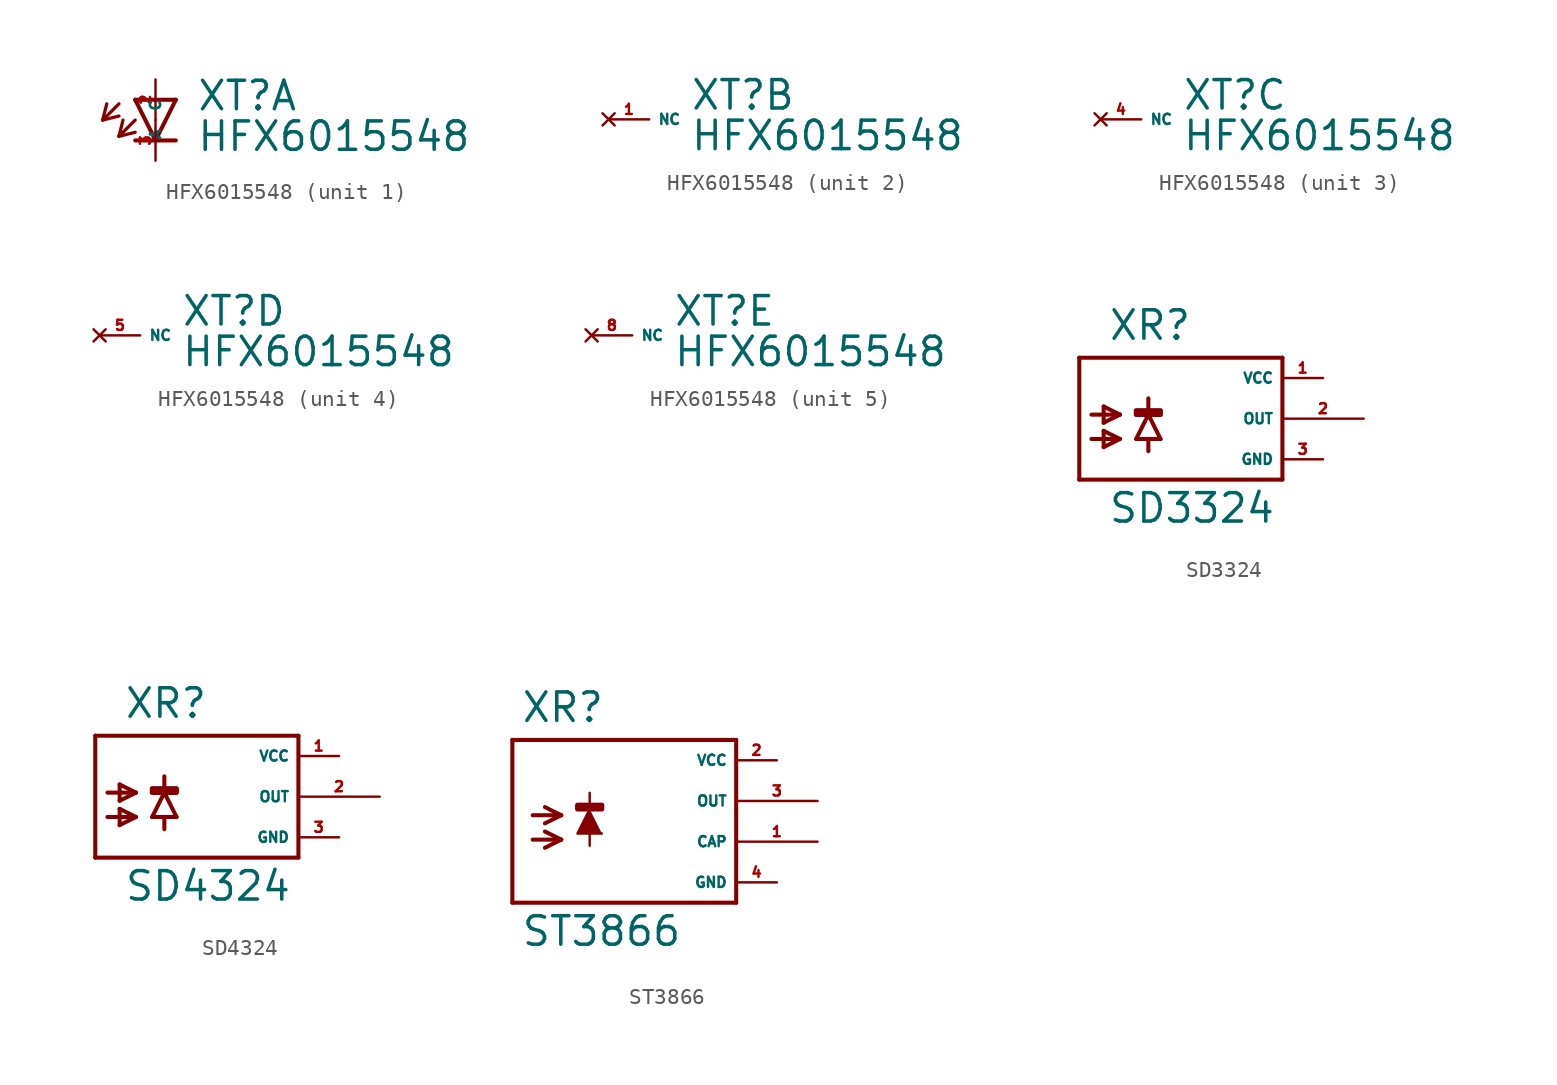
<source format=kicad_sym>
(kicad_symbol_lib
  (version 20220914)
  (generator Eagle2Kicad)
  (symbol "HFX6015548"
    (property "Reference" "XT"
      (at 2.54 0.483 0)
      (effects (font (size 1.778 1.778) (thickness 0.22)) (justify left bottom)))
    (property "Value" "HFX6015548"
      (at 2.54 -2.057 0)
      (effects (font (size 1.778 1.778) (thickness 0.22)) (justify left bottom)))
    (symbol "HFX6015548_1_0"
      (polyline (pts (xy -1.27 1.27) (xy 0 -1.27)) (stroke (width 0.254) (type default)) (fill (type none)))
      (polyline (pts (xy 0 -1.27) (xy 1.27 1.27)) (stroke (width 0.254) (type default)) (fill (type none)))
      (polyline (pts (xy 1.27 -1.27) (xy 0 -1.27)) (stroke (width 0.254) (type default)) (fill (type none)))
      (polyline (pts (xy 1.27 1.27) (xy -1.27 1.27)) (stroke (width 0.254) (type default)) (fill (type none)))
      (polyline (pts (xy 0 -1.27) (xy -1.27 -1.27)) (stroke (width 0.254) (type default)) (fill (type none)))
      (polyline (pts (xy -2.286 1.016) (xy -3.302 0)) (stroke (width 0.203) (type default)) (fill (type none)))
      (polyline (pts (xy -3.302 0) (xy -2.286 0.254)) (stroke (width 0.203) (type default)) (fill (type none)))
      (polyline (pts (xy -3.302 0) (xy -3.048 1.016)) (stroke (width 0.203) (type default)) (fill (type none)))
      (polyline (pts (xy -1.27 0) (xy -2.286 -1.016)) (stroke (width 0.203) (type default)) (fill (type none)))
      (polyline (pts (xy -2.286 -1.016) (xy -1.27 -0.762)) (stroke (width 0.203) (type default)) (fill (type none)))
      (polyline (pts (xy -2.286 -1.016) (xy -2.032 0)) (stroke (width 0.203) (type default)) (fill (type none)))
      (pin passive line (at 0 2.54 270) (length 2.54) (name "A" (effects (font (size 0.635 0.635) (thickness 0.08)) (justify left bottom))) (number "2" (effects (font (size 0.635 0.635) (thickness 0.08)) (justify left bottom))))
      (pin passive line (at 0 -2.54 90) (length 2.54) (name "C" (effects (font (size 0.635 0.635) (thickness 0.08)) (justify left bottom))) (number "3" (effects (font (size 0.635 0.635) (thickness 0.08)) (justify left bottom)))))
    (symbol "HFX6015548_2_0"
      (pin no_connect line (at -2.54 0 0) (length 2.54) (name "NC" (effects (font (size 0.635 0.635) (thickness 0.08)) (justify left bottom) hide)) (number "1" (effects (font (size 0.635 0.635) (thickness 0.08)) (justify left bottom) hide))))
    (symbol "HFX6015548_3_0"
      (pin no_connect line (at -2.54 0 0) (length 2.54) (name "NC" (effects (font (size 0.635 0.635) (thickness 0.08)) (justify left bottom) hide)) (number "4" (effects (font (size 0.635 0.635) (thickness 0.08)) (justify left bottom) hide))))
    (symbol "HFX6015548_4_0"
      (pin no_connect line (at -2.54 0 0) (length 2.54) (name "NC" (effects (font (size 0.635 0.635) (thickness 0.08)) (justify left bottom) hide)) (number "5" (effects (font (size 0.635 0.635) (thickness 0.08)) (justify left bottom) hide))))
    (symbol "HFX6015548_5_0"
      (pin no_connect line (at -2.54 0 0) (length 2.54) (name "NC" (effects (font (size 0.635 0.635) (thickness 0.08)) (justify left bottom) hide)) (number "8" (effects (font (size 0.635 0.635) (thickness 0.08)) (justify left bottom) hide)))))
  (symbol "SD3324"
    (property "Reference" "XR"
      (at -3.302 4.801 0)
      (effects (font (size 1.778 1.778) (thickness 0.22)) (justify left bottom)))
    (property "Value" "SD3324"
      (at -3.302 -6.629 0)
      (effects (font (size 1.778 1.778) (thickness 0.22)) (justify left bottom)))
    (polyline
      (pts (xy -4.318 0.254) (xy -2.54 0.254))
      (stroke (width 0.254) (type default))
      (fill (type none)))
    (polyline
      (pts (xy -2.54 0.254) (xy -3.556 -0.254))
      (stroke (width 0.254) (type default))
      (fill (type none)))
    (polyline
      (pts (xy -2.54 0.254) (xy -3.556 0.762))
      (stroke (width 0.254) (type default))
      (fill (type none)))
    (polyline
      (pts (xy -4.318 -1.27) (xy -2.54 -1.27))
      (stroke (width 0.254) (type default))
      (fill (type none)))
    (polyline
      (pts (xy -2.54 -1.27) (xy -3.556 -1.778))
      (stroke (width 0.254) (type default))
      (fill (type none)))
    (polyline
      (pts (xy -2.54 -1.27) (xy -3.556 -0.762))
      (stroke (width 0.254) (type default))
      (fill (type none)))
    (polyline
      (pts (xy 7.62 3.81) (xy -5.08 3.81))
      (stroke (width 0.254) (type default))
      (fill (type none)))
    (polyline
      (pts (xy -5.08 3.81) (xy -5.08 -3.81))
      (stroke (width 0.254) (type default))
      (fill (type none)))
    (polyline
      (pts (xy -5.08 -3.81) (xy 7.62 -3.81))
      (stroke (width 0.254) (type default))
      (fill (type none)))
    (polyline
      (pts (xy 7.62 -3.81) (xy 7.62 3.81))
      (stroke (width 0.254) (type default))
      (fill (type none)))
    (polyline
      (pts (xy -3.556 0.762) (xy -3.556 -0.254))
      (stroke (width 0.254) (type default))
      (fill (type none)))
    (polyline
      (pts (xy -3.556 -0.762) (xy -3.556 -1.778))
      (stroke (width 0.254) (type default))
      (fill (type none)))
    (polyline
      (pts (xy -0.762 0.254) (xy 0 -1.27))
      (stroke (width 0.254) (type default))
      (fill (type none)))
    (polyline
      (pts (xy 0 -1.27) (xy -0.762 -1.27))
      (stroke (width 0.254) (type default))
      (fill (type none)))
    (polyline
      (pts (xy -0.762 -1.27) (xy -1.524 -1.27))
      (stroke (width 0.254) (type default))
      (fill (type none)))
    (polyline
      (pts (xy -1.524 -1.27) (xy -0.762 0.254))
      (stroke (width 0.254) (type default))
      (fill (type none)))
    (polyline
      (pts (xy -0.762 1.27) (xy -0.762 0.254))
      (stroke (width 0.254) (type default))
      (fill (type none)))
    (polyline
      (pts (xy -0.762 -1.27) (xy -0.762 -2.032))
      (stroke (width 0.254) (type default))
      (fill (type none)))
    (rectangle
      (start -1.524 0.254)
      (end 0 0.508)
      (stroke (width 0.3) (type default))
      (fill (type outline)))
    (pin unspecified line
      (at 10.16 2.54 180)
      (length 2.54)
      (name "VCC" (effects (font (size 0.635 0.635) (thickness 0.08)) (justify left bottom)))
      (number "1" (effects (font (size 0.635 0.635) (thickness 0.08)) (justify left bottom))))
    (pin unspecified line
      (at 10.16 -2.54 180)
      (length 2.54)
      (name "GND" (effects (font (size 0.635 0.635) (thickness 0.08)) (justify left bottom)))
      (number "3" (effects (font (size 0.635 0.635) (thickness 0.08)) (justify left bottom))))
    (pin output line
      (at 12.7 0 180)
      (length 5.08)
      (name "OUT" (effects (font (size 0.635 0.635) (thickness 0.08)) (justify left bottom)))
      (number "2" (effects (font (size 0.635 0.635) (thickness 0.08)) (justify left bottom)))))
  (symbol "SD4324"
    (property "Reference" "XR"
      (at -3.302 4.801 0)
      (effects (font (size 1.778 1.778) (thickness 0.22)) (justify left bottom)))
    (property "Value" "SD4324"
      (at -3.302 -6.629 0)
      (effects (font (size 1.778 1.778) (thickness 0.22)) (justify left bottom)))
    (polyline
      (pts (xy -4.318 0.254) (xy -2.54 0.254))
      (stroke (width 0.254) (type default))
      (fill (type none)))
    (polyline
      (pts (xy -2.54 0.254) (xy -3.556 -0.254))
      (stroke (width 0.254) (type default))
      (fill (type none)))
    (polyline
      (pts (xy -2.54 0.254) (xy -3.556 0.762))
      (stroke (width 0.254) (type default))
      (fill (type none)))
    (polyline
      (pts (xy -4.318 -1.27) (xy -2.54 -1.27))
      (stroke (width 0.254) (type default))
      (fill (type none)))
    (polyline
      (pts (xy -2.54 -1.27) (xy -3.556 -1.778))
      (stroke (width 0.254) (type default))
      (fill (type none)))
    (polyline
      (pts (xy -2.54 -1.27) (xy -3.556 -0.762))
      (stroke (width 0.254) (type default))
      (fill (type none)))
    (polyline
      (pts (xy 7.62 3.81) (xy -5.08 3.81))
      (stroke (width 0.254) (type default))
      (fill (type none)))
    (polyline
      (pts (xy -5.08 3.81) (xy -5.08 -3.81))
      (stroke (width 0.254) (type default))
      (fill (type none)))
    (polyline
      (pts (xy -5.08 -3.81) (xy 7.62 -3.81))
      (stroke (width 0.254) (type default))
      (fill (type none)))
    (polyline
      (pts (xy 7.62 -3.81) (xy 7.62 3.81))
      (stroke (width 0.254) (type default))
      (fill (type none)))
    (polyline
      (pts (xy -3.556 0.762) (xy -3.556 -0.254))
      (stroke (width 0.254) (type default))
      (fill (type none)))
    (polyline
      (pts (xy -3.556 -0.762) (xy -3.556 -1.778))
      (stroke (width 0.254) (type default))
      (fill (type none)))
    (polyline
      (pts (xy -0.762 0.254) (xy 0 -1.27))
      (stroke (width 0.254) (type default))
      (fill (type none)))
    (polyline
      (pts (xy 0 -1.27) (xy -0.762 -1.27))
      (stroke (width 0.254) (type default))
      (fill (type none)))
    (polyline
      (pts (xy -0.762 -1.27) (xy -1.524 -1.27))
      (stroke (width 0.254) (type default))
      (fill (type none)))
    (polyline
      (pts (xy -1.524 -1.27) (xy -0.762 0.254))
      (stroke (width 0.254) (type default))
      (fill (type none)))
    (polyline
      (pts (xy -0.762 1.27) (xy -0.762 0.254))
      (stroke (width 0.254) (type default))
      (fill (type none)))
    (polyline
      (pts (xy -0.762 -1.27) (xy -0.762 -2.032))
      (stroke (width 0.254) (type default))
      (fill (type none)))
    (rectangle
      (start -1.524 0.254)
      (end 0 0.508)
      (stroke (width 0.3) (type default))
      (fill (type outline)))
    (pin unspecified line
      (at 10.16 2.54 180)
      (length 2.54)
      (name "VCC" (effects (font (size 0.635 0.635) (thickness 0.08)) (justify left bottom)))
      (number "1" (effects (font (size 0.635 0.635) (thickness 0.08)) (justify left bottom))))
    (pin unspecified line
      (at 10.16 -2.54 180)
      (length 2.54)
      (name "GND" (effects (font (size 0.635 0.635) (thickness 0.08)) (justify left bottom)))
      (number "3" (effects (font (size 0.635 0.635) (thickness 0.08)) (justify left bottom))))
    (pin output line
      (at 12.7 0 180)
      (length 5.08)
      (name "OUT" (effects (font (size 0.635 0.635) (thickness 0.08)) (justify left bottom)))
      (number "2" (effects (font (size 0.635 0.635) (thickness 0.08)) (justify left bottom)))))
  (symbol "ST3866"
    (property "Reference" "XR"
      (at -5.842 4.801 0)
      (effects (font (size 1.778 1.778) (thickness 0.22)) (justify left bottom)))
    (property "Value" "ST3866"
      (at -5.842 -9.169 0)
      (effects (font (size 1.778 1.778) (thickness 0.22)) (justify left bottom)))
    (polyline
      (pts (xy -1.524 -0.508) (xy -2.286 -2.032) (xy -0.762 -2.032))
      (stroke (width 0.152) (type default))
      (fill (type outline)))
    (polyline
      (pts (xy -5.08 -0.889) (xy -3.302 -0.889))
      (stroke (width 0.254) (type default))
      (fill (type none)))
    (polyline
      (pts (xy -3.302 -0.889) (xy -4.318 -1.397))
      (stroke (width 0.254) (type default))
      (fill (type none)))
    (polyline
      (pts (xy -3.302 -0.889) (xy -4.318 -0.381))
      (stroke (width 0.254) (type default))
      (fill (type none)))
    (polyline
      (pts (xy -5.08 -2.413) (xy -3.302 -2.413))
      (stroke (width 0.254) (type default))
      (fill (type none)))
    (polyline
      (pts (xy -3.302 -2.413) (xy -4.318 -2.921))
      (stroke (width 0.254) (type default))
      (fill (type none)))
    (polyline
      (pts (xy -3.302 -2.413) (xy -4.318 -1.905))
      (stroke (width 0.254) (type default))
      (fill (type none)))
    (polyline
      (pts (xy -1.524 0.508) (xy -1.524 -2.794))
      (stroke (width 0.152) (type default))
      (fill (type none)))
    (polyline
      (pts (xy 7.62 3.81) (xy -6.35 3.81))
      (stroke (width 0.254) (type default))
      (fill (type none)))
    (polyline
      (pts (xy -6.35 3.81) (xy -6.35 -6.35))
      (stroke (width 0.254) (type default))
      (fill (type none)))
    (polyline
      (pts (xy -6.35 -6.35) (xy 7.62 -6.35))
      (stroke (width 0.254) (type default))
      (fill (type none)))
    (polyline
      (pts (xy 7.62 -6.35) (xy 7.62 3.81))
      (stroke (width 0.254) (type default))
      (fill (type none)))
    (rectangle
      (start -2.286 -0.508)
      (end -0.762 -0.254)
      (stroke (width 0.3) (type default))
      (fill (type outline)))
    (pin unspecified line
      (at 10.16 2.54 180)
      (length 2.54)
      (name "VCC" (effects (font (size 0.635 0.635) (thickness 0.08)) (justify left bottom)))
      (number "2" (effects (font (size 0.635 0.635) (thickness 0.08)) (justify left bottom))))
    (pin unspecified line
      (at 10.16 -5.08 180)
      (length 2.54)
      (name "GND" (effects (font (size 0.635 0.635) (thickness 0.08)) (justify left bottom)))
      (number "4" (effects (font (size 0.635 0.635) (thickness 0.08)) (justify left bottom))))
    (pin output line
      (at 12.7 0 180)
      (length 5.08)
      (name "OUT" (effects (font (size 0.635 0.635) (thickness 0.08)) (justify left bottom)))
      (number "3" (effects (font (size 0.635 0.635) (thickness 0.08)) (justify left bottom))))
    (pin output line
      (at 12.7 -2.54 180)
      (length 5.08)
      (name "CAP" (effects (font (size 0.635 0.635) (thickness 0.08)) (justify left bottom)))
      (number "1" (effects (font (size 0.635 0.635) (thickness 0.08)) (justify left bottom))))))
</source>
